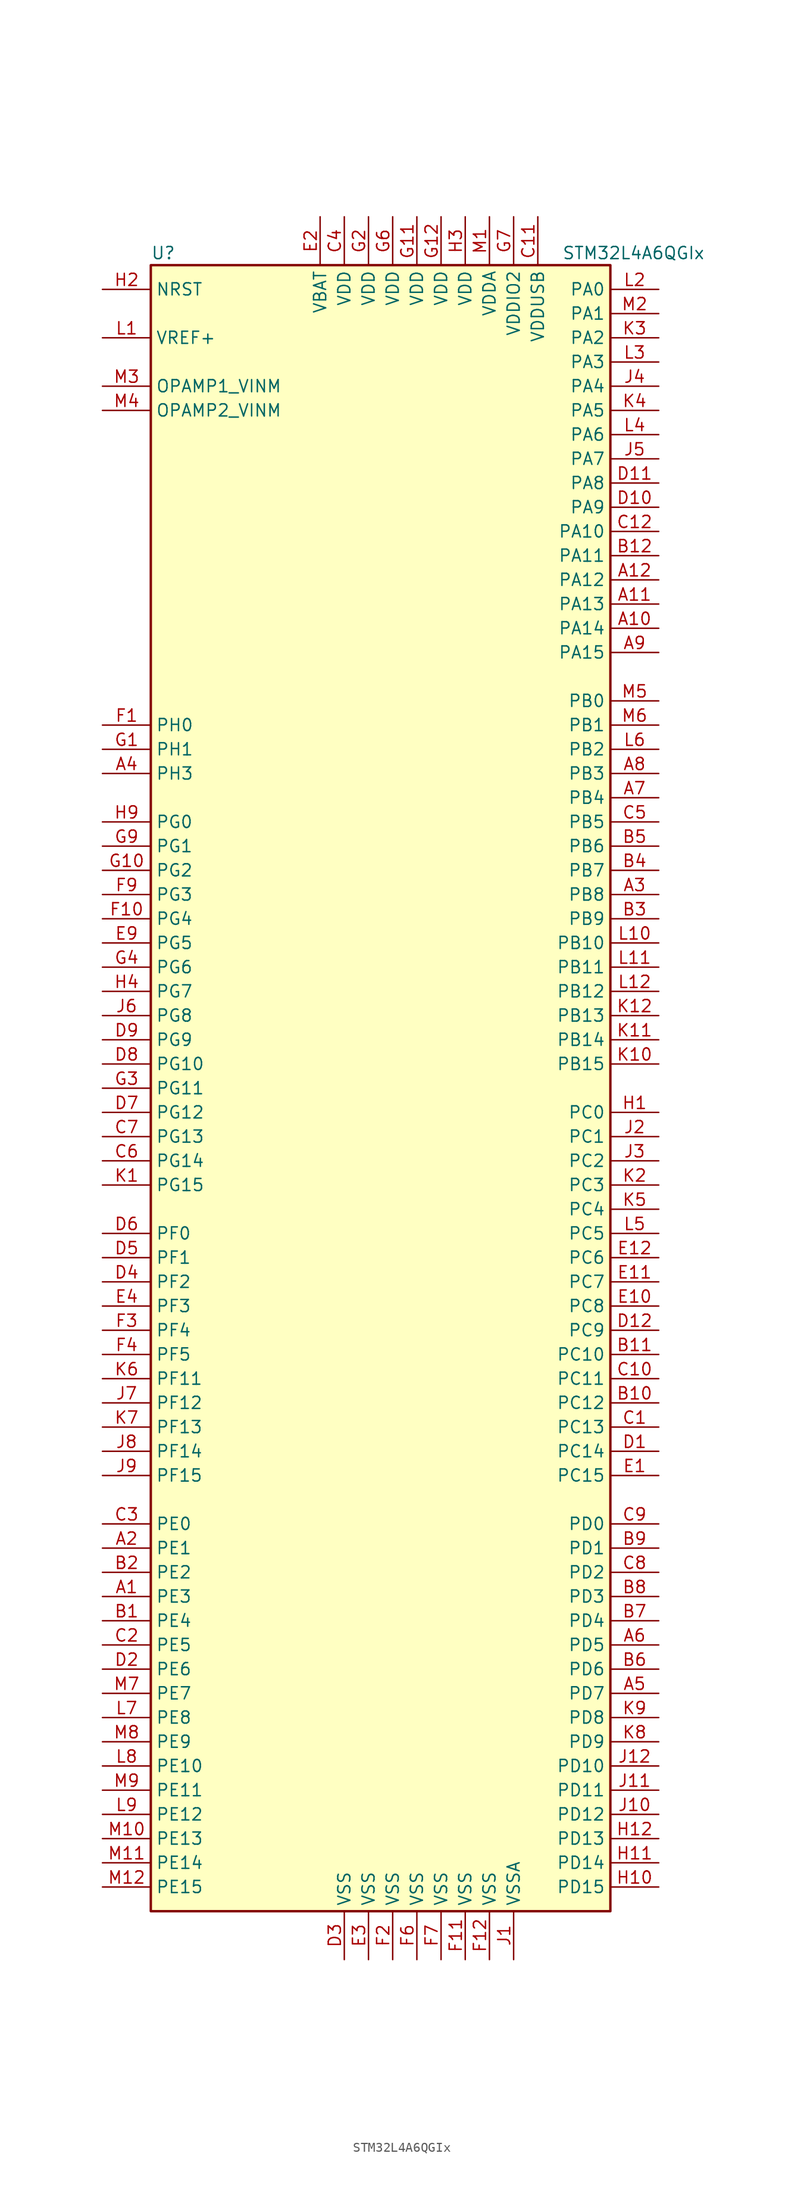
<source format=kicad_sym>
(kicad_symbol_lib
  (version 20201005)
  (generator kicad_symbol_editor)
  (symbol "MCU_ST_STM32L4:STM32L4A6QGIx"
    (property "Reference" "U"
      (at -25.4 87.63 0)
      (effects (font (size 1.27 1.27)) (justify left)))
    (property "Value" "STM32L4A6QGIx"
      (at 17.78 87.63 0)
      (effects (font (size 1.27 1.27)) (justify left)))
    (symbol "STM32L4A6QGIx_0_1"
      (rectangle (start -25.4 -86.36) (end 22.86 86.36) (stroke (width 0.254)) (fill (type background))))
    (symbol "STM32L4A6QGIx_1_1"
      (pin bidirectional line (at -30.48 -53.34 0) (length 5.08) (name "PE3" (effects (font (size 1.27 1.27)))) (number "A1" (effects (font (size 1.27 1.27)))))
      (pin bidirectional line (at 27.94 48.26 180) (length 5.08) (name "PA14" (effects (font (size 1.27 1.27)))) (number "A10" (effects (font (size 1.27 1.27)))))
      (pin bidirectional line (at 27.94 50.8 180) (length 5.08) (name "PA13" (effects (font (size 1.27 1.27)))) (number "A11" (effects (font (size 1.27 1.27)))))
      (pin bidirectional line (at 27.94 53.34 180) (length 5.08) (name "PA12" (effects (font (size 1.27 1.27)))) (number "A12" (effects (font (size 1.27 1.27)))))
      (pin bidirectional line (at -30.48 -48.26 0) (length 5.08) (name "PE1" (effects (font (size 1.27 1.27)))) (number "A2" (effects (font (size 1.27 1.27)))))
      (pin bidirectional line (at 27.94 20.32 180) (length 5.08) (name "PB8" (effects (font (size 1.27 1.27)))) (number "A3" (effects (font (size 1.27 1.27)))))
      (pin bidirectional line (at -30.48 33.02 0) (length 5.08) (name "PH3" (effects (font (size 1.27 1.27)))) (number "A4" (effects (font (size 1.27 1.27)))))
      (pin bidirectional line (at 27.94 -63.5 180) (length 5.08) (name "PD7" (effects (font (size 1.27 1.27)))) (number "A5" (effects (font (size 1.27 1.27)))))
      (pin bidirectional line (at 27.94 -58.42 180) (length 5.08) (name "PD5" (effects (font (size 1.27 1.27)))) (number "A6" (effects (font (size 1.27 1.27)))))
      (pin bidirectional line (at 27.94 30.48 180) (length 5.08) (name "PB4" (effects (font (size 1.27 1.27)))) (number "A7" (effects (font (size 1.27 1.27)))))
      (pin bidirectional line (at 27.94 33.02 180) (length 5.08) (name "PB3" (effects (font (size 1.27 1.27)))) (number "A8" (effects (font (size 1.27 1.27)))))
      (pin bidirectional line (at 27.94 45.72 180) (length 5.08) (name "PA15" (effects (font (size 1.27 1.27)))) (number "A9" (effects (font (size 1.27 1.27)))))
      (pin bidirectional line (at -30.48 -55.88 0) (length 5.08) (name "PE4" (effects (font (size 1.27 1.27)))) (number "B1" (effects (font (size 1.27 1.27)))))
      (pin bidirectional line (at 27.94 -33.02 180) (length 5.08) (name "PC12" (effects (font (size 1.27 1.27)))) (number "B10" (effects (font (size 1.27 1.27)))))
      (pin bidirectional line (at 27.94 -27.94 180) (length 5.08) (name "PC10" (effects (font (size 1.27 1.27)))) (number "B11" (effects (font (size 1.27 1.27)))))
      (pin bidirectional line (at 27.94 55.88 180) (length 5.08) (name "PA11" (effects (font (size 1.27 1.27)))) (number "B12" (effects (font (size 1.27 1.27)))))
      (pin bidirectional line (at -30.48 -50.8 0) (length 5.08) (name "PE2" (effects (font (size 1.27 1.27)))) (number "B2" (effects (font (size 1.27 1.27)))))
      (pin bidirectional line (at 27.94 17.78 180) (length 5.08) (name "PB9" (effects (font (size 1.27 1.27)))) (number "B3" (effects (font (size 1.27 1.27)))))
      (pin bidirectional line (at 27.94 22.86 180) (length 5.08) (name "PB7" (effects (font (size 1.27 1.27)))) (number "B4" (effects (font (size 1.27 1.27)))))
      (pin bidirectional line (at 27.94 25.4 180) (length 5.08) (name "PB6" (effects (font (size 1.27 1.27)))) (number "B5" (effects (font (size 1.27 1.27)))))
      (pin bidirectional line (at 27.94 -60.96 180) (length 5.08) (name "PD6" (effects (font (size 1.27 1.27)))) (number "B6" (effects (font (size 1.27 1.27)))))
      (pin bidirectional line (at 27.94 -55.88 180) (length 5.08) (name "PD4" (effects (font (size 1.27 1.27)))) (number "B7" (effects (font (size 1.27 1.27)))))
      (pin bidirectional line (at 27.94 -53.34 180) (length 5.08) (name "PD3" (effects (font (size 1.27 1.27)))) (number "B8" (effects (font (size 1.27 1.27)))))
      (pin bidirectional line (at 27.94 -48.26 180) (length 5.08) (name "PD1" (effects (font (size 1.27 1.27)))) (number "B9" (effects (font (size 1.27 1.27)))))
      (pin bidirectional line (at 27.94 -35.56 180) (length 5.08) (name "PC13" (effects (font (size 1.27 1.27)))) (number "C1" (effects (font (size 1.27 1.27)))))
      (pin bidirectional line (at 27.94 -30.48 180) (length 5.08) (name "PC11" (effects (font (size 1.27 1.27)))) (number "C10" (effects (font (size 1.27 1.27)))))
      (pin power_in line (at 15.24 91.44 270) (length 5.08) (name "VDDUSB" (effects (font (size 1.27 1.27)))) (number "C11" (effects (font (size 1.27 1.27)))))
      (pin bidirectional line (at 27.94 58.42 180) (length 5.08) (name "PA10" (effects (font (size 1.27 1.27)))) (number "C12" (effects (font (size 1.27 1.27)))))
      (pin bidirectional line (at -30.48 -58.42 0) (length 5.08) (name "PE5" (effects (font (size 1.27 1.27)))) (number "C2" (effects (font (size 1.27 1.27)))))
      (pin bidirectional line (at -30.48 -45.72 0) (length 5.08) (name "PE0" (effects (font (size 1.27 1.27)))) (number "C3" (effects (font (size 1.27 1.27)))))
      (pin power_in line (at -5.08 91.44 270) (length 5.08) (name "VDD" (effects (font (size 1.27 1.27)))) (number "C4" (effects (font (size 1.27 1.27)))))
      (pin bidirectional line (at 27.94 27.94 180) (length 5.08) (name "PB5" (effects (font (size 1.27 1.27)))) (number "C5" (effects (font (size 1.27 1.27)))))
      (pin bidirectional line (at -30.48 -7.62 0) (length 5.08) (name "PG14" (effects (font (size 1.27 1.27)))) (number "C6" (effects (font (size 1.27 1.27)))))
      (pin bidirectional line (at -30.48 -5.08 0) (length 5.08) (name "PG13" (effects (font (size 1.27 1.27)))) (number "C7" (effects (font (size 1.27 1.27)))))
      (pin bidirectional line (at 27.94 -50.8 180) (length 5.08) (name "PD2" (effects (font (size 1.27 1.27)))) (number "C8" (effects (font (size 1.27 1.27)))))
      (pin bidirectional line (at 27.94 -45.72 180) (length 5.08) (name "PD0" (effects (font (size 1.27 1.27)))) (number "C9" (effects (font (size 1.27 1.27)))))
      (pin bidirectional line (at 27.94 -38.1 180) (length 5.08) (name "PC14" (effects (font (size 1.27 1.27)))) (number "D1" (effects (font (size 1.27 1.27)))))
      (pin bidirectional line (at 27.94 60.96 180) (length 5.08) (name "PA9" (effects (font (size 1.27 1.27)))) (number "D10" (effects (font (size 1.27 1.27)))))
      (pin bidirectional line (at 27.94 63.5 180) (length 5.08) (name "PA8" (effects (font (size 1.27 1.27)))) (number "D11" (effects (font (size 1.27 1.27)))))
      (pin bidirectional line (at 27.94 -25.4 180) (length 5.08) (name "PC9" (effects (font (size 1.27 1.27)))) (number "D12" (effects (font (size 1.27 1.27)))))
      (pin bidirectional line (at -30.48 -60.96 0) (length 5.08) (name "PE6" (effects (font (size 1.27 1.27)))) (number "D2" (effects (font (size 1.27 1.27)))))
      (pin power_in line (at -5.08 -91.44 90) (length 5.08) (name "VSS" (effects (font (size 1.27 1.27)))) (number "D3" (effects (font (size 1.27 1.27)))))
      (pin bidirectional line (at -30.48 -20.32 0) (length 5.08) (name "PF2" (effects (font (size 1.27 1.27)))) (number "D4" (effects (font (size 1.27 1.27)))))
      (pin bidirectional line (at -30.48 -17.78 0) (length 5.08) (name "PF1" (effects (font (size 1.27 1.27)))) (number "D5" (effects (font (size 1.27 1.27)))))
      (pin bidirectional line (at -30.48 -15.24 0) (length 5.08) (name "PF0" (effects (font (size 1.27 1.27)))) (number "D6" (effects (font (size 1.27 1.27)))))
      (pin bidirectional line (at -30.48 -2.54 0) (length 5.08) (name "PG12" (effects (font (size 1.27 1.27)))) (number "D7" (effects (font (size 1.27 1.27)))))
      (pin bidirectional line (at -30.48 2.54 0) (length 5.08) (name "PG10" (effects (font (size 1.27 1.27)))) (number "D8" (effects (font (size 1.27 1.27)))))
      (pin bidirectional line (at -30.48 5.08 0) (length 5.08) (name "PG9" (effects (font (size 1.27 1.27)))) (number "D9" (effects (font (size 1.27 1.27)))))
      (pin bidirectional line (at 27.94 -40.64 180) (length 5.08) (name "PC15" (effects (font (size 1.27 1.27)))) (number "E1" (effects (font (size 1.27 1.27)))))
      (pin bidirectional line (at 27.94 -22.86 180) (length 5.08) (name "PC8" (effects (font (size 1.27 1.27)))) (number "E10" (effects (font (size 1.27 1.27)))))
      (pin bidirectional line (at 27.94 -20.32 180) (length 5.08) (name "PC7" (effects (font (size 1.27 1.27)))) (number "E11" (effects (font (size 1.27 1.27)))))
      (pin bidirectional line (at 27.94 -17.78 180) (length 5.08) (name "PC6" (effects (font (size 1.27 1.27)))) (number "E12" (effects (font (size 1.27 1.27)))))
      (pin power_in line (at -7.62 91.44 270) (length 5.08) (name "VBAT" (effects (font (size 1.27 1.27)))) (number "E2" (effects (font (size 1.27 1.27)))))
      (pin power_in line (at -2.54 -91.44 90) (length 5.08) (name "VSS" (effects (font (size 1.27 1.27)))) (number "E3" (effects (font (size 1.27 1.27)))))
      (pin bidirectional line (at -30.48 -22.86 0) (length 5.08) (name "PF3" (effects (font (size 1.27 1.27)))) (number "E4" (effects (font (size 1.27 1.27)))))
      (pin bidirectional line (at -30.48 15.24 0) (length 5.08) (name "PG5" (effects (font (size 1.27 1.27)))) (number "E9" (effects (font (size 1.27 1.27)))))
      (pin input line (at -30.48 38.1 0) (length 5.08) (name "PH0" (effects (font (size 1.27 1.27)))) (number "F1" (effects (font (size 1.27 1.27)))))
      (pin bidirectional line (at -30.48 17.78 0) (length 5.08) (name "PG4" (effects (font (size 1.27 1.27)))) (number "F10" (effects (font (size 1.27 1.27)))))
      (pin power_in line (at 7.62 -91.44 90) (length 5.08) (name "VSS" (effects (font (size 1.27 1.27)))) (number "F11" (effects (font (size 1.27 1.27)))))
      (pin power_in line (at 10.16 -91.44 90) (length 5.08) (name "VSS" (effects (font (size 1.27 1.27)))) (number "F12" (effects (font (size 1.27 1.27)))))
      (pin power_in line (at 0 -91.44 90) (length 5.08) (name "VSS" (effects (font (size 1.27 1.27)))) (number "F2" (effects (font (size 1.27 1.27)))))
      (pin bidirectional line (at -30.48 -25.4 0) (length 5.08) (name "PF4" (effects (font (size 1.27 1.27)))) (number "F3" (effects (font (size 1.27 1.27)))))
      (pin bidirectional line (at -30.48 -27.94 0) (length 5.08) (name "PF5" (effects (font (size 1.27 1.27)))) (number "F4" (effects (font (size 1.27 1.27)))))
      (pin power_in line (at 2.54 -91.44 90) (length 5.08) (name "VSS" (effects (font (size 1.27 1.27)))) (number "F6" (effects (font (size 1.27 1.27)))))
      (pin power_in line (at 5.08 -91.44 90) (length 5.08) (name "VSS" (effects (font (size 1.27 1.27)))) (number "F7" (effects (font (size 1.27 1.27)))))
      (pin bidirectional line (at -30.48 20.32 0) (length 5.08) (name "PG3" (effects (font (size 1.27 1.27)))) (number "F9" (effects (font (size 1.27 1.27)))))
      (pin input line (at -30.48 35.56 0) (length 5.08) (name "PH1" (effects (font (size 1.27 1.27)))) (number "G1" (effects (font (size 1.27 1.27)))))
      (pin bidirectional line (at -30.48 22.86 0) (length 5.08) (name "PG2" (effects (font (size 1.27 1.27)))) (number "G10" (effects (font (size 1.27 1.27)))))
      (pin power_in line (at 2.54 91.44 270) (length 5.08) (name "VDD" (effects (font (size 1.27 1.27)))) (number "G11" (effects (font (size 1.27 1.27)))))
      (pin power_in line (at 5.08 91.44 270) (length 5.08) (name "VDD" (effects (font (size 1.27 1.27)))) (number "G12" (effects (font (size 1.27 1.27)))))
      (pin power_in line (at -2.54 91.44 270) (length 5.08) (name "VDD" (effects (font (size 1.27 1.27)))) (number "G2" (effects (font (size 1.27 1.27)))))
      (pin bidirectional line (at -30.48 0 0) (length 5.08) (name "PG11" (effects (font (size 1.27 1.27)))) (number "G3" (effects (font (size 1.27 1.27)))))
      (pin bidirectional line (at -30.48 12.7 0) (length 5.08) (name "PG6" (effects (font (size 1.27 1.27)))) (number "G4" (effects (font (size 1.27 1.27)))))
      (pin power_in line (at 0 91.44 270) (length 5.08) (name "VDD" (effects (font (size 1.27 1.27)))) (number "G6" (effects (font (size 1.27 1.27)))))
      (pin power_in line (at 12.7 91.44 270) (length 5.08) (name "VDDIO2" (effects (font (size 1.27 1.27)))) (number "G7" (effects (font (size 1.27 1.27)))))
      (pin bidirectional line (at -30.48 25.4 0) (length 5.08) (name "PG1" (effects (font (size 1.27 1.27)))) (number "G9" (effects (font (size 1.27 1.27)))))
      (pin bidirectional line (at 27.94 -2.54 180) (length 5.08) (name "PC0" (effects (font (size 1.27 1.27)))) (number "H1" (effects (font (size 1.27 1.27)))))
      (pin bidirectional line (at 27.94 -83.82 180) (length 5.08) (name "PD15" (effects (font (size 1.27 1.27)))) (number "H10" (effects (font (size 1.27 1.27)))))
      (pin bidirectional line (at 27.94 -81.28 180) (length 5.08) (name "PD14" (effects (font (size 1.27 1.27)))) (number "H11" (effects (font (size 1.27 1.27)))))
      (pin bidirectional line (at 27.94 -78.74 180) (length 5.08) (name "PD13" (effects (font (size 1.27 1.27)))) (number "H12" (effects (font (size 1.27 1.27)))))
      (pin input line (at -30.48 83.82 0) (length 5.08) (name "NRST" (effects (font (size 1.27 1.27)))) (number "H2" (effects (font (size 1.27 1.27)))))
      (pin power_in line (at 7.62 91.44 270) (length 5.08) (name "VDD" (effects (font (size 1.27 1.27)))) (number "H3" (effects (font (size 1.27 1.27)))))
      (pin bidirectional line (at -30.48 10.16 0) (length 5.08) (name "PG7" (effects (font (size 1.27 1.27)))) (number "H4" (effects (font (size 1.27 1.27)))))
      (pin bidirectional line (at -30.48 27.94 0) (length 5.08) (name "PG0" (effects (font (size 1.27 1.27)))) (number "H9" (effects (font (size 1.27 1.27)))))
      (pin power_in line (at 12.7 -91.44 90) (length 5.08) (name "VSSA" (effects (font (size 1.27 1.27)))) (number "J1" (effects (font (size 1.27 1.27)))))
      (pin bidirectional line (at 27.94 -76.2 180) (length 5.08) (name "PD12" (effects (font (size 1.27 1.27)))) (number "J10" (effects (font (size 1.27 1.27)))))
      (pin bidirectional line (at 27.94 -73.66 180) (length 5.08) (name "PD11" (effects (font (size 1.27 1.27)))) (number "J11" (effects (font (size 1.27 1.27)))))
      (pin bidirectional line (at 27.94 -71.12 180) (length 5.08) (name "PD10" (effects (font (size 1.27 1.27)))) (number "J12" (effects (font (size 1.27 1.27)))))
      (pin bidirectional line (at 27.94 -5.08 180) (length 5.08) (name "PC1" (effects (font (size 1.27 1.27)))) (number "J2" (effects (font (size 1.27 1.27)))))
      (pin bidirectional line (at 27.94 -7.62 180) (length 5.08) (name "PC2" (effects (font (size 1.27 1.27)))) (number "J3" (effects (font (size 1.27 1.27)))))
      (pin bidirectional line (at 27.94 73.66 180) (length 5.08) (name "PA4" (effects (font (size 1.27 1.27)))) (number "J4" (effects (font (size 1.27 1.27)))))
      (pin bidirectional line (at 27.94 66.04 180) (length 5.08) (name "PA7" (effects (font (size 1.27 1.27)))) (number "J5" (effects (font (size 1.27 1.27)))))
      (pin bidirectional line (at -30.48 7.62 0) (length 5.08) (name "PG8" (effects (font (size 1.27 1.27)))) (number "J6" (effects (font (size 1.27 1.27)))))
      (pin bidirectional line (at -30.48 -33.02 0) (length 5.08) (name "PF12" (effects (font (size 1.27 1.27)))) (number "J7" (effects (font (size 1.27 1.27)))))
      (pin bidirectional line (at -30.48 -38.1 0) (length 5.08) (name "PF14" (effects (font (size 1.27 1.27)))) (number "J8" (effects (font (size 1.27 1.27)))))
      (pin bidirectional line (at -30.48 -40.64 0) (length 5.08) (name "PF15" (effects (font (size 1.27 1.27)))) (number "J9" (effects (font (size 1.27 1.27)))))
      (pin bidirectional line (at -30.48 -10.16 0) (length 5.08) (name "PG15" (effects (font (size 1.27 1.27)))) (number "K1" (effects (font (size 1.27 1.27)))))
      (pin bidirectional line (at 27.94 2.54 180) (length 5.08) (name "PB15" (effects (font (size 1.27 1.27)))) (number "K10" (effects (font (size 1.27 1.27)))))
      (pin bidirectional line (at 27.94 5.08 180) (length 5.08) (name "PB14" (effects (font (size 1.27 1.27)))) (number "K11" (effects (font (size 1.27 1.27)))))
      (pin bidirectional line (at 27.94 7.62 180) (length 5.08) (name "PB13" (effects (font (size 1.27 1.27)))) (number "K12" (effects (font (size 1.27 1.27)))))
      (pin bidirectional line (at 27.94 -10.16 180) (length 5.08) (name "PC3" (effects (font (size 1.27 1.27)))) (number "K2" (effects (font (size 1.27 1.27)))))
      (pin bidirectional line (at 27.94 78.74 180) (length 5.08) (name "PA2" (effects (font (size 1.27 1.27)))) (number "K3" (effects (font (size 1.27 1.27)))))
      (pin bidirectional line (at 27.94 71.12 180) (length 5.08) (name "PA5" (effects (font (size 1.27 1.27)))) (number "K4" (effects (font (size 1.27 1.27)))))
      (pin bidirectional line (at 27.94 -12.7 180) (length 5.08) (name "PC4" (effects (font (size 1.27 1.27)))) (number "K5" (effects (font (size 1.27 1.27)))))
      (pin bidirectional line (at -30.48 -30.48 0) (length 5.08) (name "PF11" (effects (font (size 1.27 1.27)))) (number "K6" (effects (font (size 1.27 1.27)))))
      (pin bidirectional line (at -30.48 -35.56 0) (length 5.08) (name "PF13" (effects (font (size 1.27 1.27)))) (number "K7" (effects (font (size 1.27 1.27)))))
      (pin bidirectional line (at 27.94 -68.58 180) (length 5.08) (name "PD9" (effects (font (size 1.27 1.27)))) (number "K8" (effects (font (size 1.27 1.27)))))
      (pin bidirectional line (at 27.94 -66.04 180) (length 5.08) (name "PD8" (effects (font (size 1.27 1.27)))) (number "K9" (effects (font (size 1.27 1.27)))))
      (pin bidirectional line (at -30.48 78.74 0) (length 5.08) (name "VREF+" (effects (font (size 1.27 1.27)))) (number "L1" (effects (font (size 1.27 1.27)))))
      (pin bidirectional line (at 27.94 15.24 180) (length 5.08) (name "PB10" (effects (font (size 1.27 1.27)))) (number "L10" (effects (font (size 1.27 1.27)))))
      (pin bidirectional line (at 27.94 12.7 180) (length 5.08) (name "PB11" (effects (font (size 1.27 1.27)))) (number "L11" (effects (font (size 1.27 1.27)))))
      (pin bidirectional line (at 27.94 10.16 180) (length 5.08) (name "PB12" (effects (font (size 1.27 1.27)))) (number "L12" (effects (font (size 1.27 1.27)))))
      (pin bidirectional line (at 27.94 83.82 180) (length 5.08) (name "PA0" (effects (font (size 1.27 1.27)))) (number "L2" (effects (font (size 1.27 1.27)))))
      (pin bidirectional line (at 27.94 76.2 180) (length 5.08) (name "PA3" (effects (font (size 1.27 1.27)))) (number "L3" (effects (font (size 1.27 1.27)))))
      (pin bidirectional line (at 27.94 68.58 180) (length 5.08) (name "PA6" (effects (font (size 1.27 1.27)))) (number "L4" (effects (font (size 1.27 1.27)))))
      (pin bidirectional line (at 27.94 -15.24 180) (length 5.08) (name "PC5" (effects (font (size 1.27 1.27)))) (number "L5" (effects (font (size 1.27 1.27)))))
      (pin bidirectional line (at 27.94 35.56 180) (length 5.08) (name "PB2" (effects (font (size 1.27 1.27)))) (number "L6" (effects (font (size 1.27 1.27)))))
      (pin bidirectional line (at -30.48 -66.04 0) (length 5.08) (name "PE8" (effects (font (size 1.27 1.27)))) (number "L7" (effects (font (size 1.27 1.27)))))
      (pin bidirectional line (at -30.48 -71.12 0) (length 5.08) (name "PE10" (effects (font (size 1.27 1.27)))) (number "L8" (effects (font (size 1.27 1.27)))))
      (pin bidirectional line (at -30.48 -76.2 0) (length 5.08) (name "PE12" (effects (font (size 1.27 1.27)))) (number "L9" (effects (font (size 1.27 1.27)))))
      (pin power_in line (at 10.16 91.44 270) (length 5.08) (name "VDDA" (effects (font (size 1.27 1.27)))) (number "M1" (effects (font (size 1.27 1.27)))))
      (pin bidirectional line (at -30.48 -78.74 0) (length 5.08) (name "PE13" (effects (font (size 1.27 1.27)))) (number "M10" (effects (font (size 1.27 1.27)))))
      (pin bidirectional line (at -30.48 -81.28 0) (length 5.08) (name "PE14" (effects (font (size 1.27 1.27)))) (number "M11" (effects (font (size 1.27 1.27)))))
      (pin bidirectional line (at -30.48 -83.82 0) (length 5.08) (name "PE15" (effects (font (size 1.27 1.27)))) (number "M12" (effects (font (size 1.27 1.27)))))
      (pin bidirectional line (at 27.94 81.28 180) (length 5.08) (name "PA1" (effects (font (size 1.27 1.27)))) (number "M2" (effects (font (size 1.27 1.27)))))
      (pin bidirectional line (at -30.48 73.66 0) (length 5.08) (name "OPAMP1_VINM" (effects (font (size 1.27 1.27)))) (number "M3" (effects (font (size 1.27 1.27)))))
      (pin bidirectional line (at -30.48 71.12 0) (length 5.08) (name "OPAMP2_VINM" (effects (font (size 1.27 1.27)))) (number "M4" (effects (font (size 1.27 1.27)))))
      (pin bidirectional line (at 27.94 40.64 180) (length 5.08) (name "PB0" (effects (font (size 1.27 1.27)))) (number "M5" (effects (font (size 1.27 1.27)))))
      (pin bidirectional line (at 27.94 38.1 180) (length 5.08) (name "PB1" (effects (font (size 1.27 1.27)))) (number "M6" (effects (font (size 1.27 1.27)))))
      (pin bidirectional line (at -30.48 -63.5 0) (length 5.08) (name "PE7" (effects (font (size 1.27 1.27)))) (number "M7" (effects (font (size 1.27 1.27)))))
      (pin bidirectional line (at -30.48 -68.58 0) (length 5.08) (name "PE9" (effects (font (size 1.27 1.27)))) (number "M8" (effects (font (size 1.27 1.27)))))
      (pin bidirectional line (at -30.48 -73.66 0) (length 5.08) (name "PE11" (effects (font (size 1.27 1.27)))) (number "M9" (effects (font (size 1.27 1.27))))))))
</source>
